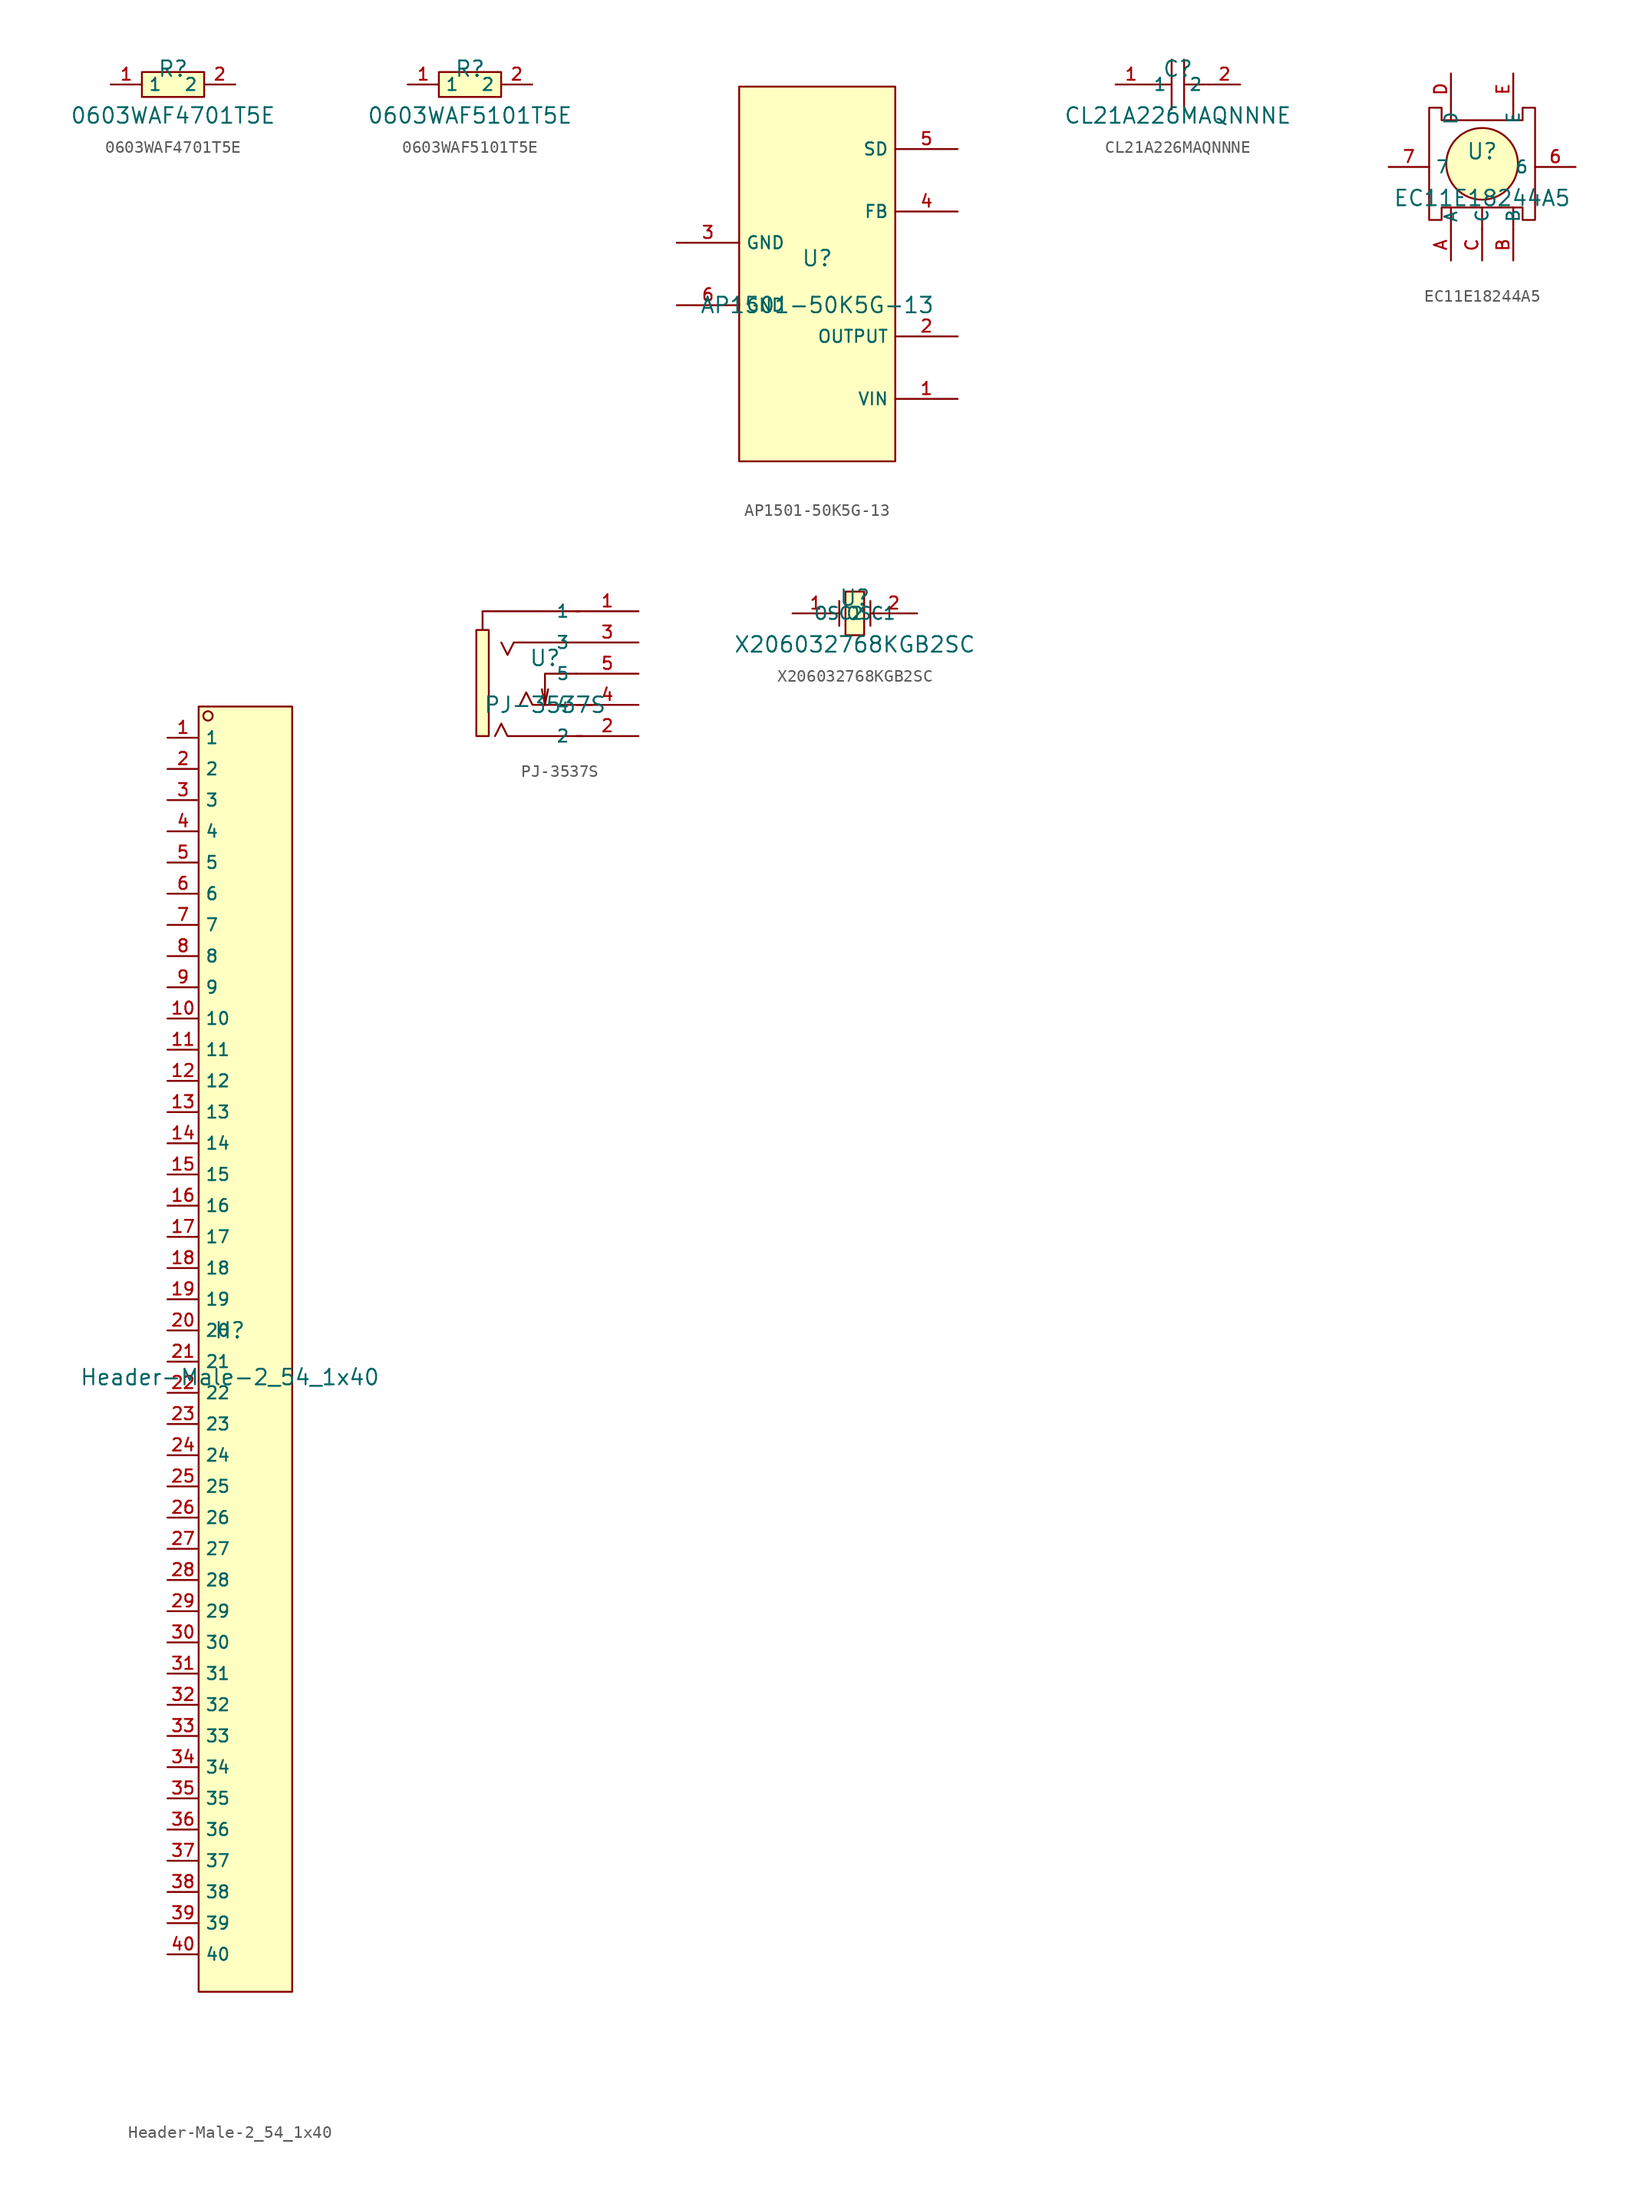
<source format=kicad_sym>
(kicad_symbol_lib
  (version 20241209)
  (generator "kicad_symbol_editor")
  (generator_version "9.0")
  (symbol "0603WAF4701T5E"
    (property "Reference" "R"
      (at 0 1.27 0)
      (effects (font (size 1.27 1.27))))
    (property "Value" "0603WAF4701T5E"
      (at 0 -2.54 0)
      (effects (font (size 1.27 1.27))))
    (symbol "0603WAF4701T5E_0_1"
      (pin input line (at 5.08 -0.0 180) (length 2.54) (name "2" (effects (font (size 1 1)))) (number "2" (effects (font (size 1 1)))))
      (pin input line (at -5.08 -0.0 0) (length 2.54) (name "1" (effects (font (size 1 1)))) (number "1" (effects (font (size 1 1)))))
      (rectangle (start -2.54 1.016) (end 2.54 -1.016) (stroke (width 0) (type default) (color 0 0 0 0)) (fill (type background)))))
  (symbol "0603WAF5101T5E"
    (property "Reference" "R"
      (at 0 1.27 0)
      (effects (font (size 1.27 1.27))))
    (property "Value" "0603WAF5101T5E"
      (at 0 -2.54 0)
      (effects (font (size 1.27 1.27))))
    (symbol "0603WAF5101T5E_0_1"
      (pin input line (at 5.08 -0.0 180) (length 2.54) (name "2" (effects (font (size 1 1)))) (number "2" (effects (font (size 1 1)))))
      (pin input line (at -5.08 -0.0 0) (length 2.54) (name "1" (effects (font (size 1 1)))) (number "1" (effects (font (size 1 1)))))
      (rectangle (start -2.54 1.016) (end 2.54 -1.016) (stroke (width 0) (type default) (color 0 0 0 0)) (fill (type background)))))
  (symbol "AP1501-50K5G-13"
    (property "Reference" "U"
      (at 0 1.27 0)
      (effects (font (size 1.27 1.27))))
    (property "Value" "AP1501-50K5G-13"
      (at 0 -2.54 0)
      (effects (font (size 1.27 1.27))))
    (symbol "AP1501-50K5G-13_0_1"
      (pin unspecified line (at 11.43 -10.16 180) (length 5.08) (name "VIN" (effects (font (size 1 1)))) (number "1" (effects (font (size 1 1)))))
      (pin unspecified line (at 11.43 -5.08 180) (length 5.08) (name "OUTPUT" (effects (font (size 1 1)))) (number "2" (effects (font (size 1 1)))))
      (pin unspecified line (at -11.43 2.54 0) (length 5.08) (name "GND" (effects (font (size 1 1)))) (number "3" (effects (font (size 1 1)))))
      (pin unspecified line (at 11.43 5.08 180) (length 5.08) (name "FB" (effects (font (size 1 1)))) (number "4" (effects (font (size 1 1)))))
      (pin unspecified line (at 11.43 10.16 180) (length 5.08) (name "SD" (effects (font (size 1 1)))) (number "5" (effects (font (size 1 1)))))
      (rectangle (start -6.35 15.24) (end 6.35 -15.24) (stroke (width 0) (type default) (color 0 0 0 0)) (fill (type background)))
      (pin unspecified line (at -11.43 -2.54 0) (length 5.08) (name "GND" (effects (font (size 1 1)))) (number "6" (effects (font (size 1 1)))))))
  (symbol "CL21A226MAQNNNE"
    (property "Reference" "C"
      (at 0 1.27 0)
      (effects (font (size 1.27 1.27))))
    (property "Value" "CL21A226MAQNNNE"
      (at 0 -2.54 0)
      (effects (font (size 1.27 1.27))))
    (symbol "CL21A226MAQNNNE_0_1"
      (polyline (pts (xy -0.508 -2.032) (xy -0.508 2.032)) (stroke (width 0) (type default) (color 0 0 0 0)) (fill (type none)))
      (pin unspecified line (at -5.08 -0.0 0) (length 2.54) (name "1" (effects (font (size 1 1)))) (number "1" (effects (font (size 1 1)))))
      (polyline (pts (xy 2.54 -0.0) (xy 0.508 -0.0)) (stroke (width 0) (type default) (color 0 0 0 0)) (fill (type none)))
      (polyline (pts (xy 0.508 2.032) (xy 0.508 -2.032)) (stroke (width 0) (type default) (color 0 0 0 0)) (fill (type none)))
      (pin unspecified line (at 5.08 -0.0 180) (length 2.54) (name "2" (effects (font (size 1 1)))) (number "2" (effects (font (size 1 1)))))
      (polyline (pts (xy -0.508 -0.0) (xy -2.54 -0.0)) (stroke (width 0) (type default) (color 0 0 0 0)) (fill (type none)))))
  (symbol "EC11E18244A5"
    (property "Reference" "U"
      (at 0 1.27 0)
      (effects (font (size 1.27 1.27))))
    (property "Value" "EC11E18244A5"
      (at 0 -2.54 0)
      (effects (font (size 1.27 1.27))))
    (symbol "EC11E18244A5_0_1"
      (polyline (pts (xy -4.318 -4.318) (xy -3.556 -4.318) (xy -3.302 -4.318) (xy -3.302 -3.302) (xy 3.302 -3.302) (xy 3.302 -4.318) (xy 4.318 -4.318) (xy 4.318 4.826) (xy 3.302 4.826) (xy 3.302 3.81) (xy -3.302 3.81) (xy -3.302 4.826) (xy -4.318 4.826) (xy -4.318 -4.318)) (stroke (width 0) (type default) (color 0 0 0 0)) (fill (type none)))
      (circle (center 0.0 0.254) (radius 2.921) (stroke (width 0) (type default) (color 0 0 0 0)) (fill (type background)))
      (polyline (pts (xy -2.54 -3.302) (xy -2.54 -5.08) (xy -2.54 -5.08)) (stroke (width 0) (type default) (color 0 0 0 0)) (fill (type none)))
      (polyline (pts (xy 0.0 -3.302) (xy 0.0 -5.08)) (stroke (width 0) (type default) (color 0 0 0 0)) (fill (type none)))
      (polyline (pts (xy 2.54 -3.302) (xy 2.54 -5.08)) (stroke (width 0) (type default) (color 0 0 0 0)) (fill (type none)))
      (polyline (pts (xy -2.54 3.81) (xy -2.54 5.08)) (stroke (width 0) (type default) (color 0 0 0 0)) (fill (type none)))
      (polyline (pts (xy 2.54 3.81) (xy 2.54 5.08)) (stroke (width 0) (type default) (color 0 0 0 0)) (fill (type none)))
      (pin unspecified line (at -2.54 -7.62 90) (length 2.54) (name "A" (effects (font (size 1 1)))) (number "A" (effects (font (size 1 1)))))
      (pin unspecified line (at 2.54 -7.62 90) (length 2.54) (name "B" (effects (font (size 1 1)))) (number "B" (effects (font (size 1 1)))))
      (pin unspecified line (at 0.0 -7.62 90) (length 2.54) (name "C" (effects (font (size 1 1)))) (number "C" (effects (font (size 1 1)))))
      (pin unspecified line (at -2.54 7.62 270) (length 2.54) (name "D" (effects (font (size 1 1)))) (number "D" (effects (font (size 1 1)))))
      (pin unspecified line (at 2.54 7.62 270) (length 2.54) (name "E" (effects (font (size 1 1)))) (number "E" (effects (font (size 1 1)))))
      (pin unspecified line (at 7.62 -0.0 180) (length 3.302) (name "6" (effects (font (size 1 1)))) (number "6" (effects (font (size 1 1)))))
      (pin unspecified line (at -7.62 -0.0 0) (length 3.302) (name "7" (effects (font (size 1 1)))) (number "7" (effects (font (size 1 1)))))))
  (symbol "Header-Male-2_54_1x40"
    (property "Reference" "H"
      (at 0 1.27 0)
      (effects (font (size 1.27 1.27))))
    (property "Value" "Header-Male-2_54_1x40"
      (at 0 -2.54 0)
      (effects (font (size 1.27 1.27))))
    (symbol "Header-Male-2_54_1x40_0_1"
      (rectangle (start -2.54 52.07) (end 5.08 -52.578) (stroke (width 0) (type default) (color 0 0 0 0)) (fill (type background)))
      (circle (center -1.778 51.308) (radius 0.381) (stroke (width 0) (type default) (color 0 0 0 0)) (fill (type background)))
      (pin unspecified line (at -5.08 49.53 0) (length 2.54) (name "1" (effects (font (size 1 1)))) (number "1" (effects (font (size 1 1)))))
      (pin unspecified line (at -5.08 46.99 0) (length 2.54) (name "2" (effects (font (size 1 1)))) (number "2" (effects (font (size 1 1)))))
      (pin unspecified line (at -5.08 44.45 0) (length 2.54) (name "3" (effects (font (size 1 1)))) (number "3" (effects (font (size 1 1)))))
      (pin unspecified line (at -5.08 41.91 0) (length 2.54) (name "4" (effects (font (size 1 1)))) (number "4" (effects (font (size 1 1)))))
      (pin unspecified line (at -5.08 39.37 0) (length 2.54) (name "5" (effects (font (size 1 1)))) (number "5" (effects (font (size 1 1)))))
      (pin unspecified line (at -5.08 36.83 0) (length 2.54) (name "6" (effects (font (size 1 1)))) (number "6" (effects (font (size 1 1)))))
      (pin unspecified line (at -5.08 34.29 0) (length 2.54) (name "7" (effects (font (size 1 1)))) (number "7" (effects (font (size 1 1)))))
      (pin unspecified line (at -5.08 31.75 0) (length 2.54) (name "8" (effects (font (size 1 1)))) (number "8" (effects (font (size 1 1)))))
      (pin unspecified line (at -5.08 29.21 0) (length 2.54) (name "9" (effects (font (size 1 1)))) (number "9" (effects (font (size 1 1)))))
      (pin unspecified line (at -5.08 26.67 0) (length 2.54) (name "10" (effects (font (size 1 1)))) (number "10" (effects (font (size 1 1)))))
      (pin unspecified line (at -5.08 24.13 0) (length 2.54) (name "11" (effects (font (size 1 1)))) (number "11" (effects (font (size 1 1)))))
      (pin unspecified line (at -5.08 21.59 0) (length 2.54) (name "12" (effects (font (size 1 1)))) (number "12" (effects (font (size 1 1)))))
      (pin unspecified line (at -5.08 19.05 0) (length 2.54) (name "13" (effects (font (size 1 1)))) (number "13" (effects (font (size 1 1)))))
      (pin unspecified line (at -5.08 16.51 0) (length 2.54) (name "14" (effects (font (size 1 1)))) (number "14" (effects (font (size 1 1)))))
      (pin unspecified line (at -5.08 13.97 0) (length 2.54) (name "15" (effects (font (size 1 1)))) (number "15" (effects (font (size 1 1)))))
      (pin unspecified line (at -5.08 11.43 0) (length 2.54) (name "16" (effects (font (size 1 1)))) (number "16" (effects (font (size 1 1)))))
      (pin unspecified line (at -5.08 8.89 0) (length 2.54) (name "17" (effects (font (size 1 1)))) (number "17" (effects (font (size 1 1)))))
      (pin unspecified line (at -5.08 6.35 0) (length 2.54) (name "18" (effects (font (size 1 1)))) (number "18" (effects (font (size 1 1)))))
      (pin unspecified line (at -5.08 3.81 0) (length 2.54) (name "19" (effects (font (size 1 1)))) (number "19" (effects (font (size 1 1)))))
      (pin unspecified line (at -5.08 1.27 0) (length 2.54) (name "20" (effects (font (size 1 1)))) (number "20" (effects (font (size 1 1)))))
      (pin unspecified line (at -5.08 -1.27 0) (length 2.54) (name "21" (effects (font (size 1 1)))) (number "21" (effects (font (size 1 1)))))
      (pin unspecified line (at -5.08 -3.81 0) (length 2.54) (name "22" (effects (font (size 1 1)))) (number "22" (effects (font (size 1 1)))))
      (pin unspecified line (at -5.08 -6.35 0) (length 2.54) (name "23" (effects (font (size 1 1)))) (number "23" (effects (font (size 1 1)))))
      (pin unspecified line (at -5.08 -8.89 0) (length 2.54) (name "24" (effects (font (size 1 1)))) (number "24" (effects (font (size 1 1)))))
      (pin unspecified line (at -5.08 -11.43 0) (length 2.54) (name "25" (effects (font (size 1 1)))) (number "25" (effects (font (size 1 1)))))
      (pin unspecified line (at -5.08 -13.97 0) (length 2.54) (name "26" (effects (font (size 1 1)))) (number "26" (effects (font (size 1 1)))))
      (pin unspecified line (at -5.08 -16.51 0) (length 2.54) (name "27" (effects (font (size 1 1)))) (number "27" (effects (font (size 1 1)))))
      (pin unspecified line (at -5.08 -19.05 0) (length 2.54) (name "28" (effects (font (size 1 1)))) (number "28" (effects (font (size 1 1)))))
      (pin unspecified line (at -5.08 -21.59 0) (length 2.54) (name "29" (effects (font (size 1 1)))) (number "29" (effects (font (size 1 1)))))
      (pin unspecified line (at -5.08 -24.13 0) (length 2.54) (name "30" (effects (font (size 1 1)))) (number "30" (effects (font (size 1 1)))))
      (pin unspecified line (at -5.08 -26.67 0) (length 2.54) (name "31" (effects (font (size 1 1)))) (number "31" (effects (font (size 1 1)))))
      (pin unspecified line (at -5.08 -29.21 0) (length 2.54) (name "32" (effects (font (size 1 1)))) (number "32" (effects (font (size 1 1)))))
      (pin unspecified line (at -5.08 -31.75 0) (length 2.54) (name "33" (effects (font (size 1 1)))) (number "33" (effects (font (size 1 1)))))
      (pin unspecified line (at -5.08 -34.29 0) (length 2.54) (name "34" (effects (font (size 1 1)))) (number "34" (effects (font (size 1 1)))))
      (pin unspecified line (at -5.08 -36.83 0) (length 2.54) (name "35" (effects (font (size 1 1)))) (number "35" (effects (font (size 1 1)))))
      (pin unspecified line (at -5.08 -39.37 0) (length 2.54) (name "36" (effects (font (size 1 1)))) (number "36" (effects (font (size 1 1)))))
      (pin unspecified line (at -5.08 -41.91 0) (length 2.54) (name "37" (effects (font (size 1 1)))) (number "37" (effects (font (size 1 1)))))
      (pin unspecified line (at -5.08 -44.45 0) (length 2.54) (name "38" (effects (font (size 1 1)))) (number "38" (effects (font (size 1 1)))))
      (pin unspecified line (at -5.08 -46.99 0) (length 2.54) (name "39" (effects (font (size 1 1)))) (number "39" (effects (font (size 1 1)))))
      (pin unspecified line (at -5.08 -49.53 0) (length 2.54) (name "40" (effects (font (size 1 1)))) (number "40" (effects (font (size 1 1)))))))
  (symbol "PJ-3537S"
    (property "Reference" "U"
      (at 0 1.27 0)
      (effects (font (size 1.27 1.27))))
    (property "Value" "PJ-3537S"
      (at 0 -2.54 0)
      (effects (font (size 1.27 1.27))))
    (symbol "PJ-3537S_0_1"
      (polyline (pts (xy 2.794 5.08) (xy -5.08 5.08) (xy -5.08 3.556)) (stroke (width 0) (type default) (color 0 0 0 0)) (fill (type none)))
      (rectangle (start -5.588 3.556) (end -4.572 -5.08) (stroke (width 0) (type default) (color 0 0 0 0)) (fill (type background)))
      (polyline (pts (xy 2.54 2.54) (xy -2.54 2.54) (xy -3.048 1.524) (xy -3.556 2.54)) (stroke (width 0) (type default) (color 0 0 0 0)) (fill (type none)))
      (polyline (pts (xy 2.54 -0.0) (xy 0.0 -0.0) (xy 0.0 -2.54) (xy -0.254 -1.27)) (stroke (width 0) (type default) (color 0 0 0 0)) (fill (type none)))
      (polyline (pts (xy 0.0 -2.54) (xy 0.254 -1.27)) (stroke (width 0) (type default) (color 0 0 0 0)) (fill (type none)))
      (polyline (pts (xy 3.81 -2.54) (xy -1.016 -2.54) (xy -1.524 -1.524) (xy -2.032 -2.54)) (stroke (width 0) (type default) (color 0 0 0 0)) (fill (type none)))
      (pin unspecified line (at 7.62 5.08 180) (length 5.08) (name "1" (effects (font (size 1 1)))) (number "1" (effects (font (size 1 1)))))
      (pin unspecified line (at 7.62 -0.0 180) (length 5.08) (name "5" (effects (font (size 1 1)))) (number "5" (effects (font (size 1 1)))))
      (pin unspecified line (at 7.62 2.54 180) (length 5.08) (name "3" (effects (font (size 1 1)))) (number "3" (effects (font (size 1 1)))))
      (pin unspecified line (at 7.62 -2.54 180) (length 5.08) (name "4" (effects (font (size 1 1)))) (number "4" (effects (font (size 1 1)))))
      (polyline (pts (xy 3.048 -5.08) (xy -3.048 -5.08) (xy -3.556 -4.064) (xy -4.064 -5.08)) (stroke (width 0) (type default) (color 0 0 0 0)) (fill (type none)))
      (pin unspecified line (at 7.62 -5.08 180) (length 5.08) (name "2" (effects (font (size 1 1)))) (number "2" (effects (font (size 1 1)))))))
  (symbol "X206032768KGB2SC"
    (property "Reference" "U"
      (at 0 1.27 0)
      (effects (font (size 1.27 1.27))))
    (property "Value" "X206032768KGB2SC"
      (at 0 -2.54 0)
      (effects (font (size 1.27 1.27))))
    (symbol "X206032768KGB2SC_0_1"
      (rectangle (start -0.762 1.778) (end 0.762 -1.778) (stroke (width 0) (type default) (color 0 0 0 0)) (fill (type background)))
      (pin unspecified line (at -5.08 -0.0 0) (length 3.81) (name "OSC1" (effects (font (size 1 1)))) (number "1" (effects (font (size 1 1)))))
      (pin unspecified line (at 5.08 -0.0 180) (length 3.81) (name "OSC2" (effects (font (size 1 1)))) (number "2" (effects (font (size 1 1)))))
      (polyline (pts (xy 1.27 1.016) (xy 1.27 -1.016)) (stroke (width 0) (type default) (color 0 0 0 0)) (fill (type none)))
      (polyline (pts (xy -1.27 1.016) (xy -1.27 -1.016)) (stroke (width 0) (type default) (color 0 0 0 0)) (fill (type none))))))
</source>
